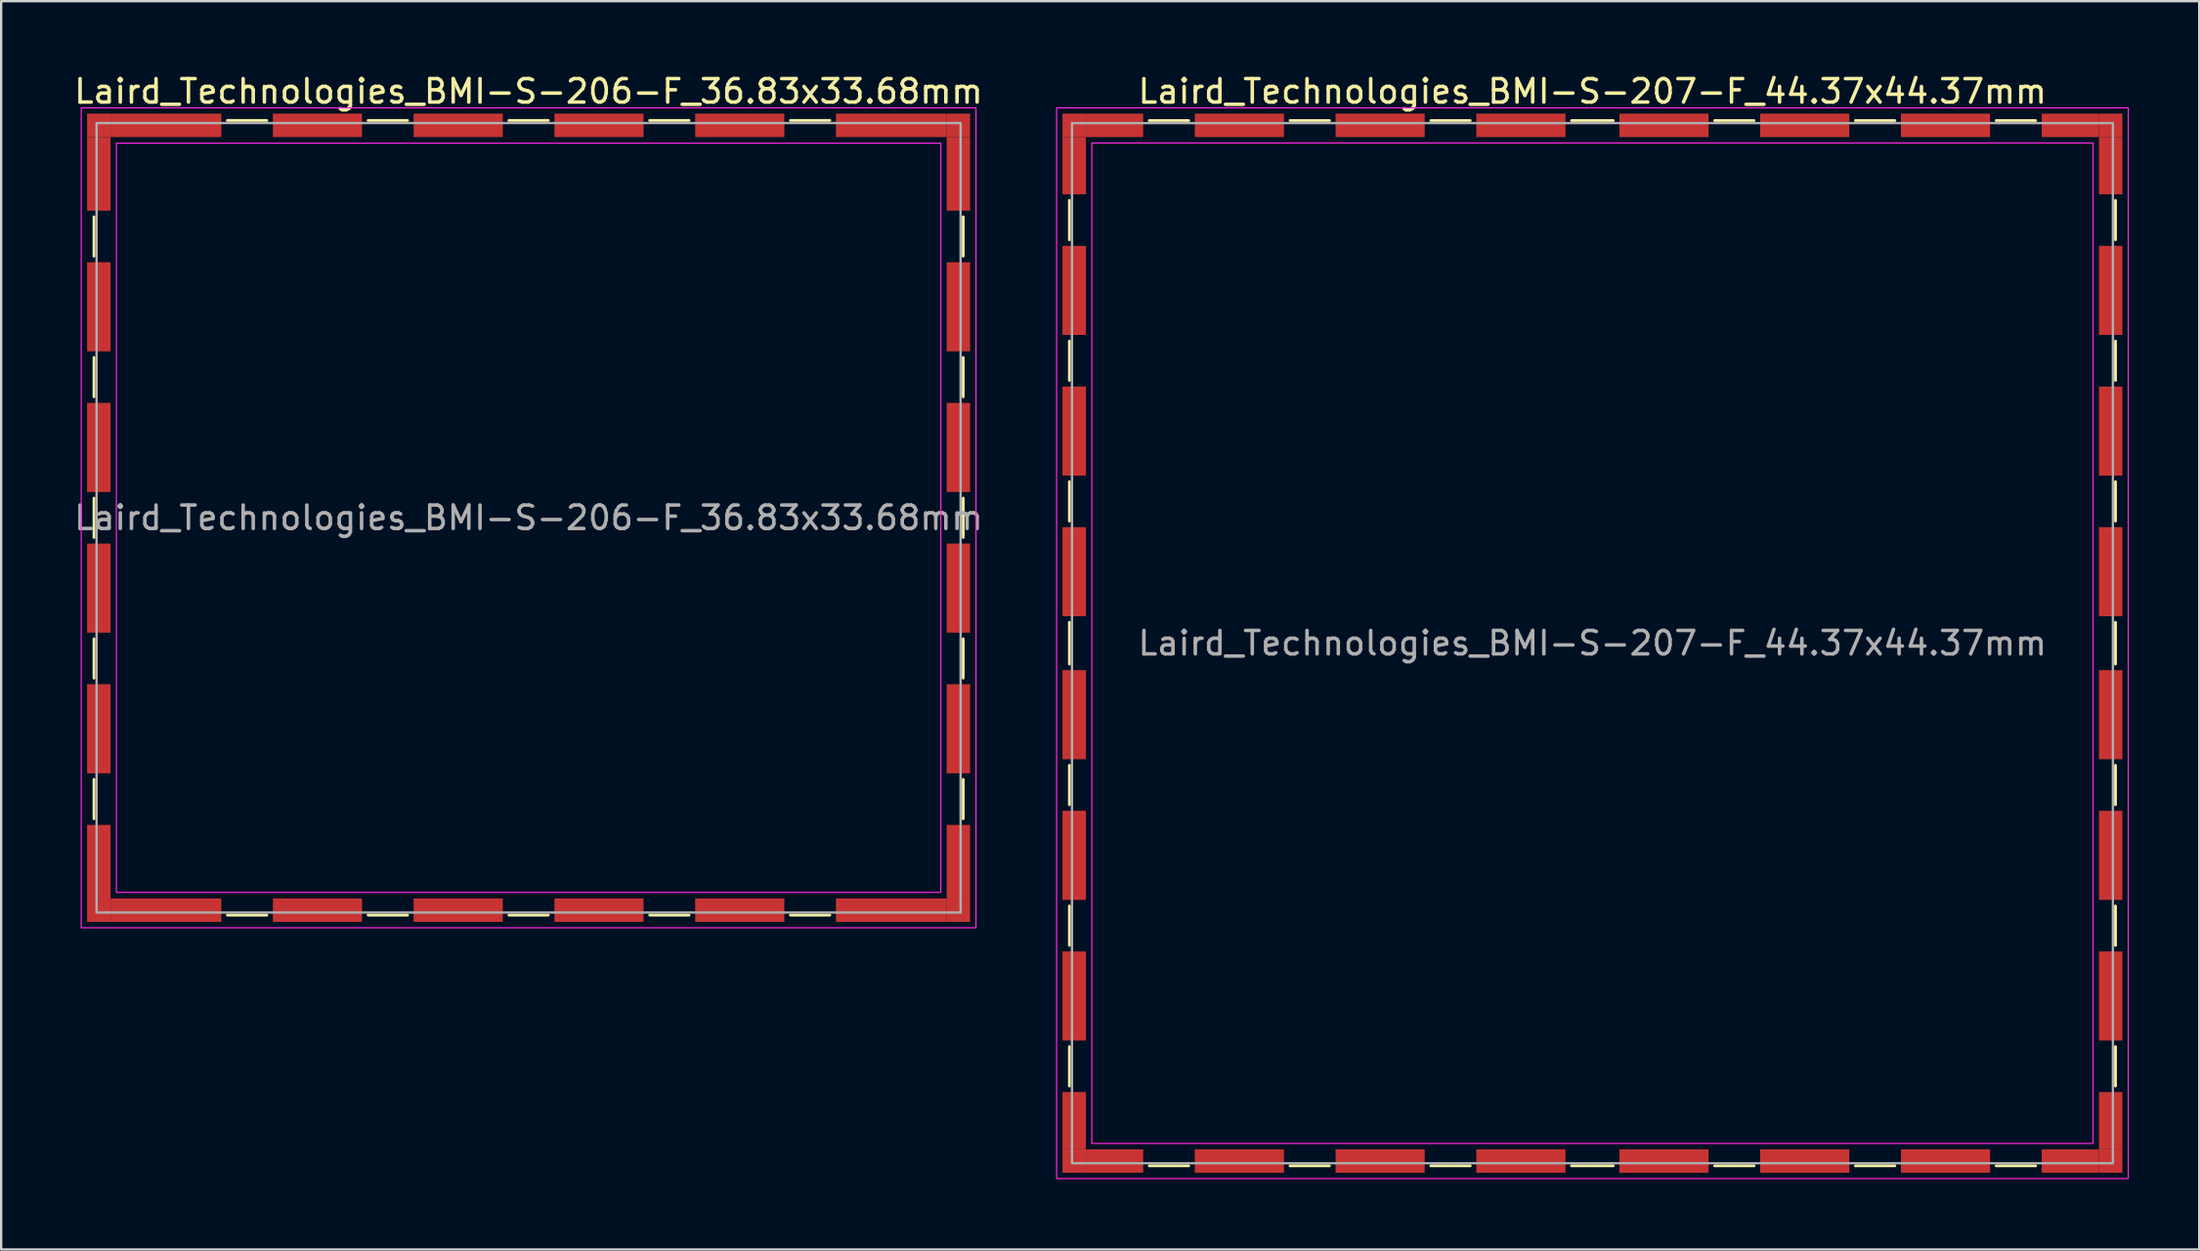
<source format=kicad_pcb>
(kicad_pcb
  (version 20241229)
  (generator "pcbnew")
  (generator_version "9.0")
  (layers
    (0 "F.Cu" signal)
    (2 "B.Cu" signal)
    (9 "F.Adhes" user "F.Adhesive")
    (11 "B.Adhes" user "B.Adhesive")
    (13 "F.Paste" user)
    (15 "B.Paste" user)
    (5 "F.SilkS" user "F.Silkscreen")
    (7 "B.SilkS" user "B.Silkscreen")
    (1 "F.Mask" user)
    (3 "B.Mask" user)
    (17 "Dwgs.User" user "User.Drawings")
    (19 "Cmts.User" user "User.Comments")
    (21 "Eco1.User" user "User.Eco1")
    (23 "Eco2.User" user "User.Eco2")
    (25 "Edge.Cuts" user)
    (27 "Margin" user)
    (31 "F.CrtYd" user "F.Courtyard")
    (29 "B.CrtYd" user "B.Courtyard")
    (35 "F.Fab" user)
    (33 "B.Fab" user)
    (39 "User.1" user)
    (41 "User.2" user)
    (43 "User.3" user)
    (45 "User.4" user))
  (footprint "Laird_Technologies_BMI-S-207-F_44.37x44.37mm"
    (layer "F.Cu")
    (at 64.829 24.388)
    (property "Reference" "Laird_Technologies_BMI-S-207-F_44.37x44.37mm" (at 0 -23.54 0) (layer "F.SilkS") (effects (font (size 1 1) (thickness 0.15))))
    (attr smd)
    (fp_line (start -22.295 -18.89) (end -22.295 -17.21) (stroke (width 0.12) (type solid)) (layer "F.SilkS"))
    (fp_line (start -22.295 -12.89) (end -22.295 -11.21) (stroke (width 0.12) (type solid)) (layer "F.SilkS"))
    (fp_line (start -22.295 -6.89) (end -22.295 -5.21) (stroke (width 0.12) (type solid)) (layer "F.SilkS"))
    (fp_line (start -22.295 -0.89) (end -22.295 0.89) (stroke (width 0.12) (type solid)) (layer "F.SilkS"))
    (fp_line (start -22.295 5.21) (end -22.295 6.89) (stroke (width 0.12) (type solid)) (layer "F.SilkS"))
    (fp_line (start -22.295 11.21) (end -22.295 12.89) (stroke (width 0.12) (type solid)) (layer "F.SilkS"))
    (fp_line (start -22.295 17.21) (end -22.295 18.89) (stroke (width 0.12) (type solid)) (layer "F.SilkS"))
    (fp_line (start -18.89 -22.295) (end -17.21 -22.295) (stroke (width 0.12) (type solid)) (layer "F.SilkS"))
    (fp_line (start -18.89 22.295) (end -17.21 22.295) (stroke (width 0.12) (type solid)) (layer "F.SilkS"))
    (fp_line (start -12.89 -22.295) (end -11.21 -22.295) (stroke (width 0.12) (type solid)) (layer "F.SilkS"))
    (fp_line (start -12.89 22.295) (end -11.21 22.295) (stroke (width 0.12) (type solid)) (layer "F.SilkS"))
    (fp_line (start -6.89 -22.295) (end -5.21 -22.295) (stroke (width 0.12) (type solid)) (layer "F.SilkS"))
    (fp_line (start -6.89 22.295) (end -5.21 22.295) (stroke (width 0.12) (type solid)) (layer "F.SilkS"))
    (fp_line (start -0.89 -22.295) (end 0.89 -22.295) (stroke (width 0.12) (type solid)) (layer "F.SilkS"))
    (fp_line (start -0.89 22.295) (end 0.89 22.295) (stroke (width 0.12) (type solid)) (layer "F.SilkS"))
    (fp_line (start 5.21 -22.295) (end 6.89 -22.295) (stroke (width 0.12) (type solid)) (layer "F.SilkS"))
    (fp_line (start 5.21 22.295) (end 6.89 22.295) (stroke (width 0.12) (type solid)) (layer "F.SilkS"))
    (fp_line (start 11.21 -22.295) (end 12.89 -22.295) (stroke (width 0.12) (type solid)) (layer "F.SilkS"))
    (fp_line (start 11.21 22.295) (end 12.89 22.295) (stroke (width 0.12) (type solid)) (layer "F.SilkS"))
    (fp_line (start 17.21 -22.295) (end 18.89 -22.295) (stroke (width 0.12) (type solid)) (layer "F.SilkS"))
    (fp_line (start 17.21 22.295) (end 18.89 22.295) (stroke (width 0.12) (type solid)) (layer "F.SilkS"))
    (fp_line (start 22.295 -18.89) (end 22.295 -17.21) (stroke (width 0.12) (type solid)) (layer "F.SilkS"))
    (fp_line (start 22.295 -12.89) (end 22.295 -11.21) (stroke (width 0.12) (type solid)) (layer "F.SilkS"))
    (fp_line (start 22.295 -6.89) (end 22.295 -5.21) (stroke (width 0.12) (type solid)) (layer "F.SilkS"))
    (fp_line (start 22.295 -0.89) (end 22.295 0.89) (stroke (width 0.12) (type solid)) (layer "F.SilkS"))
    (fp_line (start 22.295 5.21) (end 22.295 6.89) (stroke (width 0.12) (type solid)) (layer "F.SilkS"))
    (fp_line (start 22.295 11.21) (end 22.295 12.89) (stroke (width 0.12) (type solid)) (layer "F.SilkS"))
    (fp_line (start 22.295 17.21) (end 22.295 18.89) (stroke (width 0.12) (type solid)) (layer "F.SilkS"))
    (fp_rect (start -22.84 -22.84) (end 22.84 22.84) (stroke (width 0.05) (type solid)) (fill no) (layer "F.CrtYd"))
    (fp_rect (start -21.34 -21.34) (end 21.34 21.34) (stroke (width 0.05) (type solid)) (fill no) (layer "F.CrtYd"))
    (fp_rect (start -22.185 -22.185) (end 22.185 22.185) (stroke (width 0.1) (type solid)) (fill no) (layer "F.Fab"))
    (fp_text user "${REFERENCE}" (at 0 0 0) (layer "F.Fab") (effects (font (size 1 1) (thickness 0.15))))
    (pad "1" smd rect (at -22.09 -22.09) (size 1 1) (layers "F.Cu" "F.Mask" "F.Paste"))
    (pad "1" smd rect (at -22.09 -20.37) (size 1 2.44) (layers "F.Cu" "F.Mask" "F.Paste"))
    (pad "1" smd rect (at -22.09 -15.05) (size 1 3.8) (layers "F.Cu" "F.Mask" "F.Paste"))
    (pad "1" smd rect (at -22.09 -9.05) (size 1 3.8) (layers "F.Cu" "F.Mask" "F.Paste"))
    (pad "1" smd rect (at -22.09 -3.05) (size 1 3.8) (layers "F.Cu" "F.Mask" "F.Paste"))
    (pad "1" smd rect (at -22.09 3.05) (size 1 3.8) (layers "F.Cu" "F.Mask" "F.Paste"))
    (pad "1" smd rect (at -22.09 9.05) (size 1 3.8) (layers "F.Cu" "F.Mask" "F.Paste"))
    (pad "1" smd rect (at -22.09 15.05) (size 1 3.8) (layers "F.Cu" "F.Mask" "F.Paste"))
    (pad "1" smd rect (at -22.09 20.37) (size 1 2.44) (layers "F.Cu" "F.Mask" "F.Paste"))
    (pad "1" smd rect (at -22.09 22.09) (size 1 1) (layers "F.Cu" "F.Mask" "F.Paste"))
    (pad "1" smd rect (at -20.37 -22.09) (size 2.44 1) (layers "F.Cu" "F.Mask" "F.Paste"))
    (pad "1" smd rect (at -20.37 22.09) (size 2.44 1) (layers "F.Cu" "F.Mask" "F.Paste"))
    (pad "1" smd rect (at -15.05 -22.09) (size 3.8 1) (layers "F.Cu" "F.Mask" "F.Paste"))
    (pad "1" smd rect (at -15.05 22.09) (size 3.8 1) (layers "F.Cu" "F.Mask" "F.Paste"))
    (pad "1" smd rect (at -9.05 -22.09) (size 3.8 1) (layers "F.Cu" "F.Mask" "F.Paste"))
    (pad "1" smd rect (at -9.05 22.09) (size 3.8 1) (layers "F.Cu" "F.Mask" "F.Paste"))
    (pad "1" smd rect (at -3.05 -22.09) (size 3.8 1) (layers "F.Cu" "F.Mask" "F.Paste"))
    (pad "1" smd rect (at -3.05 22.09) (size 3.8 1) (layers "F.Cu" "F.Mask" "F.Paste"))
    (pad "1" smd rect (at 3.05 -22.09) (size 3.8 1) (layers "F.Cu" "F.Mask" "F.Paste"))
    (pad "1" smd rect (at 3.05 22.09) (size 3.8 1) (layers "F.Cu" "F.Mask" "F.Paste"))
    (pad "1" smd rect (at 9.05 -22.09) (size 3.8 1) (layers "F.Cu" "F.Mask" "F.Paste"))
    (pad "1" smd rect (at 9.05 22.09) (size 3.8 1) (layers "F.Cu" "F.Mask" "F.Paste"))
    (pad "1" smd rect (at 15.05 -22.09) (size 3.8 1) (layers "F.Cu" "F.Mask" "F.Paste"))
    (pad "1" smd rect (at 15.05 22.09) (size 3.8 1) (layers "F.Cu" "F.Mask" "F.Paste"))
    (pad "1" smd rect (at 20.37 -22.09) (size 2.44 1) (layers "F.Cu" "F.Mask" "F.Paste"))
    (pad "1" smd rect (at 20.37 22.09) (size 2.44 1) (layers "F.Cu" "F.Mask" "F.Paste"))
    (pad "1" smd rect (at 22.09 -22.09) (size 1 1) (layers "F.Cu" "F.Mask" "F.Paste"))
    (pad "1" smd rect (at 22.09 -20.37) (size 1 2.44) (layers "F.Cu" "F.Mask" "F.Paste"))
    (pad "1" smd rect (at 22.09 -15.05) (size 1 3.8) (layers "F.Cu" "F.Mask" "F.Paste"))
    (pad "1" smd rect (at 22.09 -9.05) (size 1 3.8) (layers "F.Cu" "F.Mask" "F.Paste"))
    (pad "1" smd rect (at 22.09 -3.05) (size 1 3.8) (layers "F.Cu" "F.Mask" "F.Paste"))
    (pad "1" smd rect (at 22.09 3.05) (size 1 3.8) (layers "F.Cu" "F.Mask" "F.Paste"))
    (pad "1" smd rect (at 22.09 9.05) (size 1 3.8) (layers "F.Cu" "F.Mask" "F.Paste"))
    (pad "1" smd rect (at 22.09 15.05) (size 1 3.8) (layers "F.Cu" "F.Mask" "F.Paste"))
    (pad "1" smd rect (at 22.09 20.37) (size 1 2.44) (layers "F.Cu" "F.Mask" "F.Paste"))
    (pad "1" smd rect (at 22.09 22.09) (size 1 1) (layers "F.Cu" "F.Mask" "F.Paste")))
  (footprint "Laird_Technologies_BMI-S-206-F_36.83x33.68mm"
    (layer "F.Cu")
    (at 19.482 19.038)
    (property "Reference" "Laird_Technologies_BMI-S-206-F_36.83x33.68mm" (at 0 -18.19 0) (layer "F.SilkS") (effects (font (size 1 1) (thickness 0.15))))
    (attr smd)
    (fp_line (start -18.525 -12.84) (end -18.525 -11.16) (stroke (width 0.12) (type solid)) (layer "F.SilkS"))
    (fp_line (start -18.525 -6.84) (end -18.525 -5.16) (stroke (width 0.12) (type solid)) (layer "F.SilkS"))
    (fp_line (start -18.525 -0.84) (end -18.525 0.84) (stroke (width 0.12) (type solid)) (layer "F.SilkS"))
    (fp_line (start -18.525 5.16) (end -18.525 6.84) (stroke (width 0.12) (type solid)) (layer "F.SilkS"))
    (fp_line (start -18.525 11.16) (end -18.525 12.84) (stroke (width 0.12) (type solid)) (layer "F.SilkS"))
    (fp_line (start -12.84 -16.95) (end -11.16 -16.95) (stroke (width 0.12) (type solid)) (layer "F.SilkS"))
    (fp_line (start -12.84 16.95) (end -11.16 16.95) (stroke (width 0.12) (type solid)) (layer "F.SilkS"))
    (fp_line (start -6.84 -16.95) (end -5.16 -16.95) (stroke (width 0.12) (type solid)) (layer "F.SilkS"))
    (fp_line (start -6.84 16.95) (end -5.16 16.95) (stroke (width 0.12) (type solid)) (layer "F.SilkS"))
    (fp_line (start -0.84 -16.95) (end 0.84 -16.95) (stroke (width 0.12) (type solid)) (layer "F.SilkS"))
    (fp_line (start -0.84 16.95) (end 0.84 16.95) (stroke (width 0.12) (type solid)) (layer "F.SilkS"))
    (fp_line (start 5.16 -16.95) (end 6.84 -16.95) (stroke (width 0.12) (type solid)) (layer "F.SilkS"))
    (fp_line (start 5.16 16.95) (end 6.84 16.95) (stroke (width 0.12) (type solid)) (layer "F.SilkS"))
    (fp_line (start 11.16 -16.95) (end 12.84 -16.95) (stroke (width 0.12) (type solid)) (layer "F.SilkS"))
    (fp_line (start 11.16 16.95) (end 12.84 16.95) (stroke (width 0.12) (type solid)) (layer "F.SilkS"))
    (fp_line (start 18.525 -12.84) (end 18.525 -11.16) (stroke (width 0.12) (type solid)) (layer "F.SilkS"))
    (fp_line (start 18.525 -6.84) (end 18.525 -5.16) (stroke (width 0.12) (type solid)) (layer "F.SilkS"))
    (fp_line (start 18.525 -0.84) (end 18.525 0.84) (stroke (width 0.12) (type solid)) (layer "F.SilkS"))
    (fp_line (start 18.525 5.16) (end 18.525 6.84) (stroke (width 0.12) (type solid)) (layer "F.SilkS"))
    (fp_line (start 18.525 11.16) (end 18.525 12.84) (stroke (width 0.12) (type solid)) (layer "F.SilkS"))
    (fp_rect (start -19.07 -17.49) (end 19.07 17.49) (stroke (width 0.05) (type solid)) (fill no) (layer "F.CrtYd"))
    (fp_rect (start -17.57 -15.98) (end 17.57 15.98) (stroke (width 0.05) (type solid)) (fill no) (layer "F.CrtYd"))
    (fp_rect (start -18.415 -16.84) (end 18.415 16.84) (stroke (width 0.1) (type solid)) (fill no) (layer "F.Fab"))
    (fp_text user "${REFERENCE}" (at 0 0 0) (layer "F.Fab") (effects (font (size 1 1) (thickness 0.15))))
    (pad "1" smd rect (at -18.32 -16.74) (size 1 1) (layers "F.Cu" "F.Mask" "F.Paste"))
    (pad "1" smd rect (at -18.32 -14.67) (size 1 3.14) (layers "F.Cu" "F.Mask" "F.Paste"))
    (pad "1" smd rect (at -18.32 -9) (size 1 3.8) (layers "F.Cu" "F.Mask" "F.Paste"))
    (pad "1" smd rect (at -18.32 -3) (size 1 3.8) (layers "F.Cu" "F.Mask" "F.Paste"))
    (pad "1" smd rect (at -18.32 3) (size 1 3.8) (layers "F.Cu" "F.Mask" "F.Paste"))
    (pad "1" smd rect (at -18.32 9) (size 1 3.8) (layers "F.Cu" "F.Mask" "F.Paste"))
    (pad "1" smd rect (at -18.32 14.67) (size 1 3.14) (layers "F.Cu" "F.Mask" "F.Paste"))
    (pad "1" smd rect (at -18.32 16.74) (size 1 1) (layers "F.Cu" "F.Mask" "F.Paste"))
    (pad "1" smd rect (at -15.46 -16.74) (size 4.72 1) (layers "F.Cu" "F.Mask" "F.Paste"))
    (pad "1" smd rect (at -15.46 16.74) (size 4.72 1) (layers "F.Cu" "F.Mask" "F.Paste"))
    (pad "1" smd rect (at -9 -16.74) (size 3.8 1) (layers "F.Cu" "F.Mask" "F.Paste"))
    (pad "1" smd rect (at -9 16.74) (size 3.8 1) (layers "F.Cu" "F.Mask" "F.Paste"))
    (pad "1" smd rect (at -3 -16.74) (size 3.8 1) (layers "F.Cu" "F.Mask" "F.Paste"))
    (pad "1" smd rect (at -3 16.74) (size 3.8 1) (layers "F.Cu" "F.Mask" "F.Paste"))
    (pad "1" smd rect (at 3 -16.74) (size 3.8 1) (layers "F.Cu" "F.Mask" "F.Paste"))
    (pad "1" smd rect (at 3 16.74) (size 3.8 1) (layers "F.Cu" "F.Mask" "F.Paste"))
    (pad "1" smd rect (at 9 -16.74) (size 3.8 1) (layers "F.Cu" "F.Mask" "F.Paste"))
    (pad "1" smd rect (at 9 16.74) (size 3.8 1) (layers "F.Cu" "F.Mask" "F.Paste"))
    (pad "1" smd rect (at 15.46 -16.74) (size 4.72 1) (layers "F.Cu" "F.Mask" "F.Paste"))
    (pad "1" smd rect (at 15.46 16.74) (size 4.72 1) (layers "F.Cu" "F.Mask" "F.Paste"))
    (pad "1" smd rect (at 18.32 -16.74) (size 1 1) (layers "F.Cu" "F.Mask" "F.Paste"))
    (pad "1" smd rect (at 18.32 -14.67) (size 1 3.14) (layers "F.Cu" "F.Mask" "F.Paste"))
    (pad "1" smd rect (at 18.32 -9) (size 1 3.8) (layers "F.Cu" "F.Mask" "F.Paste"))
    (pad "1" smd rect (at 18.32 -3) (size 1 3.8) (layers "F.Cu" "F.Mask" "F.Paste"))
    (pad "1" smd rect (at 18.32 3) (size 1 3.8) (layers "F.Cu" "F.Mask" "F.Paste"))
    (pad "1" smd rect (at 18.32 9) (size 1 3.8) (layers "F.Cu" "F.Mask" "F.Paste"))
    (pad "1" smd rect (at 18.32 14.67) (size 1 3.14) (layers "F.Cu" "F.Mask" "F.Paste"))
    (pad "1" smd rect (at 18.32 16.74) (size 1 1) (layers "F.Cu" "F.Mask" "F.Paste")))
  (gr_rect
    (start -3 -3)
    (end 90.694 50.253)
    (stroke (width 0.1) (type default))
    (fill no)
    (layer "Edge.Cuts")))
</source>
